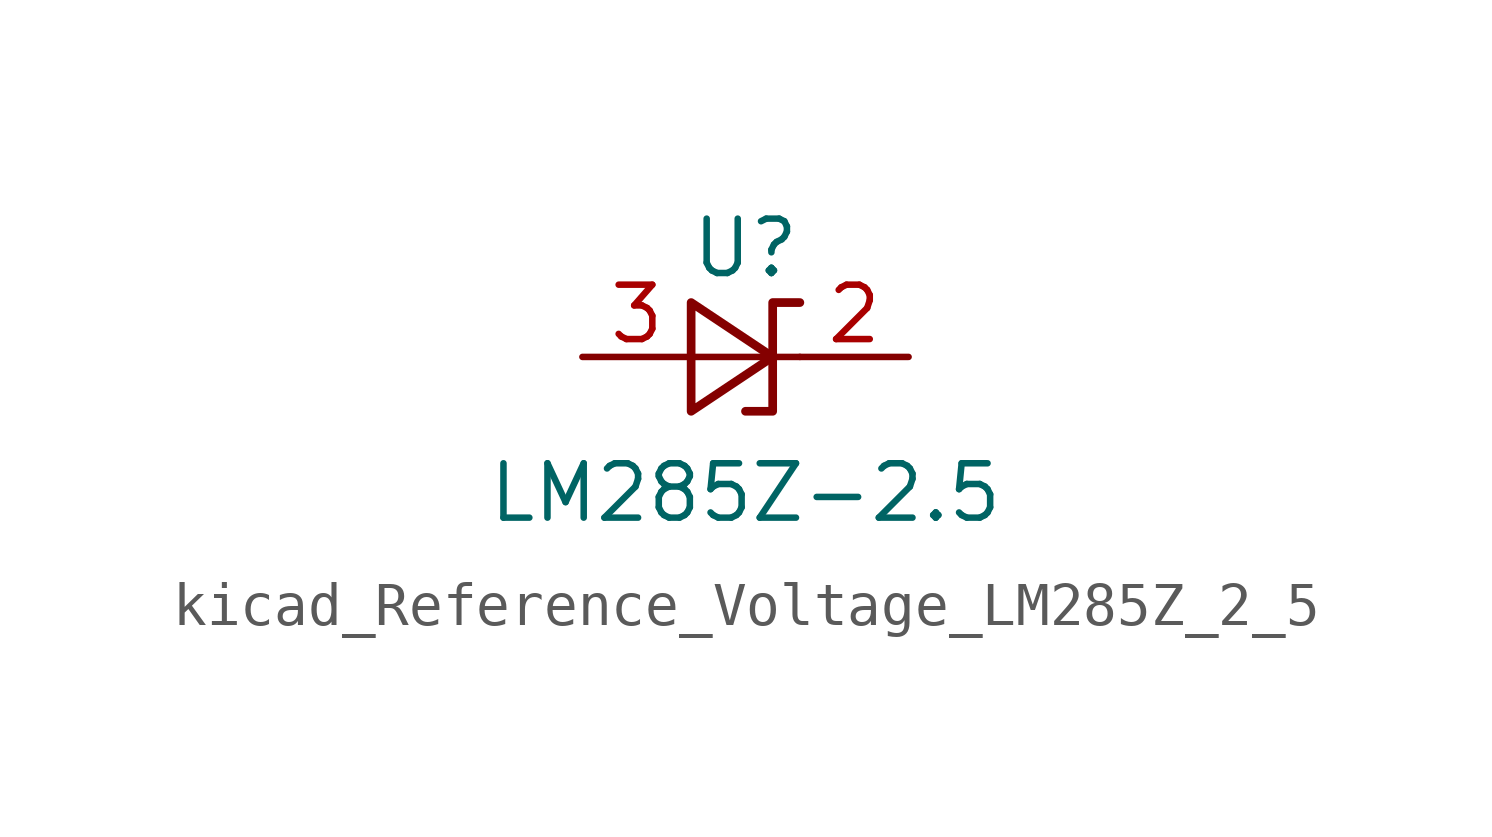
<source format=kicad_sym>
(kicad_symbol_lib
  (version 20220914)
  (generator kicad_symbol_editor)
  (symbol "kicad_Reference_Voltage_LM285Z_2_5"
    (pin_names
      (offset 0.025) hide)
    (property "Reference" "U"
      (at 0 2.54 0)
      (effects (font (size 1.27 1.27))))
    (property "Value" "LM285Z-2.5"
      (at 0 -3.175 0)
      (effects (font (size 1.27 1.27))))
    (symbol "kicad_Reference_Voltage_LM285Z_2_5_0_1"
      (polyline (pts (xy -1.27 0) (xy 0 0) (xy 1.27 0)) (stroke (width 0) (type default)) (fill (type none)))
      (polyline (pts (xy -1.27 -1.27) (xy 0.635 0) (xy -1.27 1.27) (xy -1.27 -1.27)) (stroke (width 0.203) (type default)) (fill (type none)))
      (polyline (pts (xy 0 -1.27) (xy 0.635 -1.27) (xy 0.635 1.27) (xy 1.27 1.27)) (stroke (width 0.203) (type default)) (fill (type none))))
    (symbol "kicad_Reference_Voltage_LM285Z_2_5_1_1"
      (pin passive line (at 3.81 0 180) (length 2.54) (name "K" (effects (font (size 1.27 1.27)))) (number "2" (effects (font (size 1.27 1.27)))))
      (pin passive line (at -3.81 0 0) (length 2.54) (name "A" (effects (font (size 1.27 1.27)))) (number "3" (effects (font (size 1.27 1.27))))))))
</source>
